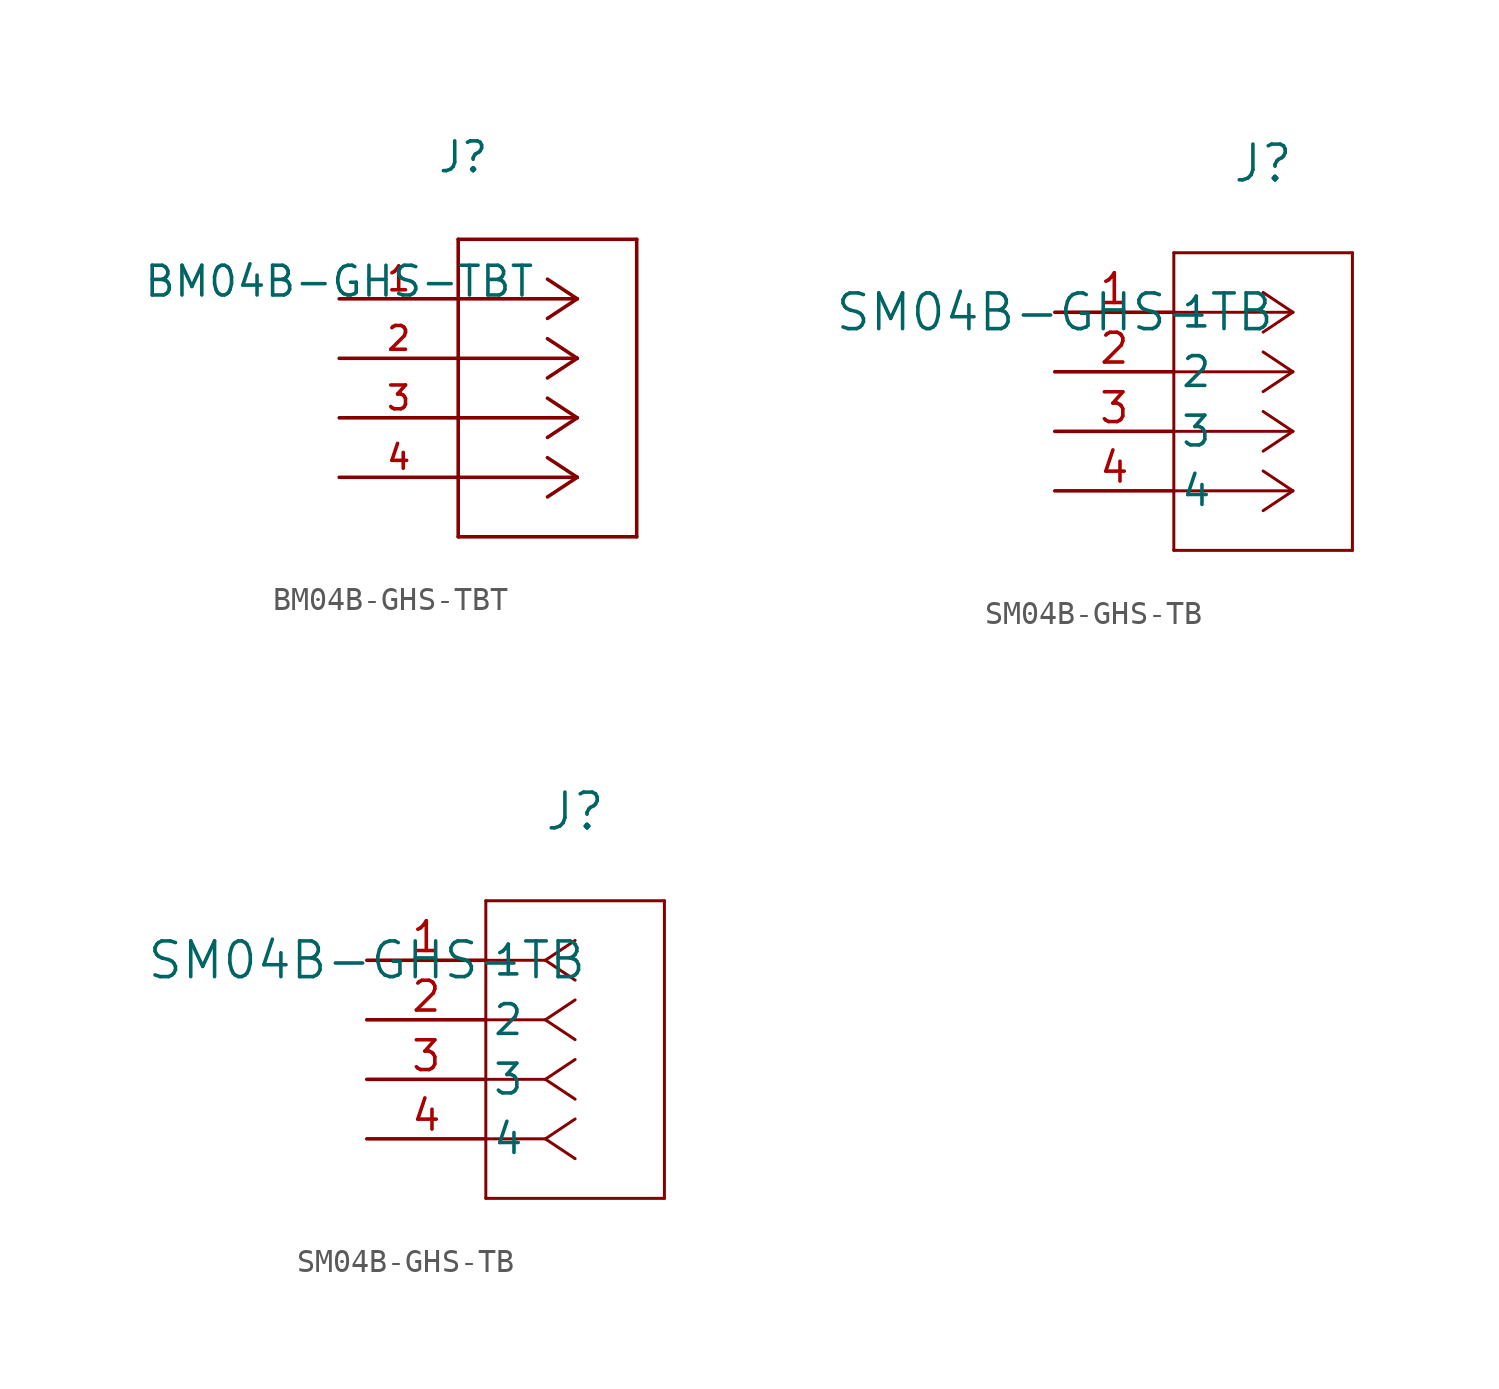
<source format=kicad_sym>
(kicad_symbol_lib
  (version 20241209)
  (generator "kicad_symbol_editor")
  (generator_version "9.0")
  (symbol "BM04B-GHS-TBT"
    (pin_names
      (offset 1.016))
    (property "Reference" "J"
      (at 4.166 5.309 0)
      (effects (font (size 1.27 1.27)) (justify left bottom)))
    (property "Value" "BM04B-GHS-TBT"
      (at 0 0 0)
      (effects (font (size 1.27 1.27)) (justify bottom)))
    (symbol "BM04B-GHS-TBT_0_0"
      (polyline (pts (xy 5.08 2.54) (xy 5.08 -10.16)) (stroke (width 0.152) (type default)) (fill (type none)))
      (polyline (pts (xy 5.08 -10.16) (xy 12.7 -10.16)) (stroke (width 0.152) (type default)) (fill (type none)))
      (polyline (pts (xy 10.16 0) (xy 5.08 0)) (stroke (width 0.152) (type default)) (fill (type none)))
      (polyline (pts (xy 10.16 0) (xy 8.89 0.838)) (stroke (width 0.152) (type default)) (fill (type none)))
      (polyline (pts (xy 10.16 0) (xy 8.89 -0.838)) (stroke (width 0.152) (type default)) (fill (type none)))
      (polyline (pts (xy 10.16 -2.54) (xy 5.08 -2.54)) (stroke (width 0.152) (type default)) (fill (type none)))
      (polyline (pts (xy 10.16 -2.54) (xy 8.89 -1.702)) (stroke (width 0.152) (type default)) (fill (type none)))
      (polyline (pts (xy 10.16 -2.54) (xy 8.89 -3.378)) (stroke (width 0.152) (type default)) (fill (type none)))
      (polyline (pts (xy 10.16 -5.08) (xy 5.08 -5.08)) (stroke (width 0.152) (type default)) (fill (type none)))
      (polyline (pts (xy 10.16 -5.08) (xy 8.89 -4.242)) (stroke (width 0.152) (type default)) (fill (type none)))
      (polyline (pts (xy 10.16 -5.08) (xy 8.89 -5.918)) (stroke (width 0.152) (type default)) (fill (type none)))
      (polyline (pts (xy 10.16 -7.62) (xy 5.08 -7.62)) (stroke (width 0.152) (type default)) (fill (type none)))
      (polyline (pts (xy 10.16 -7.62) (xy 8.89 -6.782)) (stroke (width 0.152) (type default)) (fill (type none)))
      (polyline (pts (xy 10.16 -7.62) (xy 8.89 -8.458)) (stroke (width 0.152) (type default)) (fill (type none)))
      (polyline (pts (xy 12.7 2.54) (xy 5.08 2.54)) (stroke (width 0.152) (type default)) (fill (type none)))
      (polyline (pts (xy 12.7 -10.16) (xy 12.7 2.54)) (stroke (width 0.152) (type default)) (fill (type none)))
      (pin passive line (at 0 0 0) (length 5.08) (name "~" (effects (font (size 1.016 1.016)))) (number "1" (effects (font (size 1.016 1.016)))))
      (pin passive line (at 0 -2.54 0) (length 5.08) (name "~" (effects (font (size 1.016 1.016)))) (number "2" (effects (font (size 1.016 1.016)))))
      (pin passive line (at 0 -5.08 0) (length 5.08) (name "~" (effects (font (size 1.016 1.016)))) (number "3" (effects (font (size 1.016 1.016)))))
      (pin passive line (at 0 -7.62 0) (length 5.08) (name "~" (effects (font (size 1.016 1.016)))) (number "4" (effects (font (size 1.016 1.016)))))))
  (symbol "SM04B-GHS-TB"
    (pin_names
      (offset 0.254))
    (property "Reference" "J"
      (at 8.89 6.35 0)
      (effects (font (size 1.524 1.524))))
    (property "Value" "SM04B-GHS-TB"
      (at 0 0 0)
      (effects (font (size 1.524 1.524))))
    (symbol "SM04B-GHS-TB_1_1"
      (polyline (pts (xy 5.08 2.54) (xy 5.08 -10.16)) (stroke (width 0.127) (type default)) (fill (type none)))
      (polyline (pts (xy 5.08 -10.16) (xy 12.7 -10.16)) (stroke (width 0.127) (type default)) (fill (type none)))
      (polyline (pts (xy 10.16 0) (xy 5.08 0)) (stroke (width 0.127) (type default)) (fill (type none)))
      (polyline (pts (xy 10.16 0) (xy 8.89 0.847)) (stroke (width 0.127) (type default)) (fill (type none)))
      (polyline (pts (xy 10.16 0) (xy 8.89 -0.847)) (stroke (width 0.127) (type default)) (fill (type none)))
      (polyline (pts (xy 10.16 -2.54) (xy 5.08 -2.54)) (stroke (width 0.127) (type default)) (fill (type none)))
      (polyline (pts (xy 10.16 -2.54) (xy 8.89 -1.693)) (stroke (width 0.127) (type default)) (fill (type none)))
      (polyline (pts (xy 10.16 -2.54) (xy 8.89 -3.387)) (stroke (width 0.127) (type default)) (fill (type none)))
      (polyline (pts (xy 10.16 -5.08) (xy 5.08 -5.08)) (stroke (width 0.127) (type default)) (fill (type none)))
      (polyline (pts (xy 10.16 -5.08) (xy 8.89 -4.233)) (stroke (width 0.127) (type default)) (fill (type none)))
      (polyline (pts (xy 10.16 -5.08) (xy 8.89 -5.927)) (stroke (width 0.127) (type default)) (fill (type none)))
      (polyline (pts (xy 10.16 -7.62) (xy 5.08 -7.62)) (stroke (width 0.127) (type default)) (fill (type none)))
      (polyline (pts (xy 10.16 -7.62) (xy 8.89 -6.773)) (stroke (width 0.127) (type default)) (fill (type none)))
      (polyline (pts (xy 10.16 -7.62) (xy 8.89 -8.467)) (stroke (width 0.127) (type default)) (fill (type none)))
      (polyline (pts (xy 12.7 2.54) (xy 5.08 2.54)) (stroke (width 0.127) (type default)) (fill (type none)))
      (polyline (pts (xy 12.7 -10.16) (xy 12.7 2.54)) (stroke (width 0.127) (type default)) (fill (type none)))
      (pin unspecified line (at 0 0 0) (length 5.08) (name "1" (effects (font (size 1.27 1.27)))) (number "1" (effects (font (size 1.27 1.27)))))
      (pin unspecified line (at 0 -2.54 0) (length 5.08) (name "2" (effects (font (size 1.27 1.27)))) (number "2" (effects (font (size 1.27 1.27)))))
      (pin unspecified line (at 0 -5.08 0) (length 5.08) (name "3" (effects (font (size 1.27 1.27)))) (number "3" (effects (font (size 1.27 1.27)))))
      (pin unspecified line (at 0 -7.62 0) (length 5.08) (name "4" (effects (font (size 1.27 1.27)))) (number "4" (effects (font (size 1.27 1.27))))))
    (symbol "SM04B-GHS-TB_1_2"
      (polyline (pts (xy 5.08 2.54) (xy 5.08 -10.16)) (stroke (width 0.127) (type default)) (fill (type none)))
      (polyline (pts (xy 5.08 -10.16) (xy 12.7 -10.16)) (stroke (width 0.127) (type default)) (fill (type none)))
      (polyline (pts (xy 7.62 0) (xy 5.08 0)) (stroke (width 0.127) (type default)) (fill (type none)))
      (polyline (pts (xy 7.62 0) (xy 8.89 0.847)) (stroke (width 0.127) (type default)) (fill (type none)))
      (polyline (pts (xy 7.62 0) (xy 8.89 -0.847)) (stroke (width 0.127) (type default)) (fill (type none)))
      (polyline (pts (xy 7.62 -2.54) (xy 5.08 -2.54)) (stroke (width 0.127) (type default)) (fill (type none)))
      (polyline (pts (xy 7.62 -2.54) (xy 8.89 -1.693)) (stroke (width 0.127) (type default)) (fill (type none)))
      (polyline (pts (xy 7.62 -2.54) (xy 8.89 -3.387)) (stroke (width 0.127) (type default)) (fill (type none)))
      (polyline (pts (xy 7.62 -5.08) (xy 5.08 -5.08)) (stroke (width 0.127) (type default)) (fill (type none)))
      (polyline (pts (xy 7.62 -5.08) (xy 8.89 -4.233)) (stroke (width 0.127) (type default)) (fill (type none)))
      (polyline (pts (xy 7.62 -5.08) (xy 8.89 -5.927)) (stroke (width 0.127) (type default)) (fill (type none)))
      (polyline (pts (xy 7.62 -7.62) (xy 5.08 -7.62)) (stroke (width 0.127) (type default)) (fill (type none)))
      (polyline (pts (xy 7.62 -7.62) (xy 8.89 -6.773)) (stroke (width 0.127) (type default)) (fill (type none)))
      (polyline (pts (xy 7.62 -7.62) (xy 8.89 -8.467)) (stroke (width 0.127) (type default)) (fill (type none)))
      (polyline (pts (xy 12.7 2.54) (xy 5.08 2.54)) (stroke (width 0.127) (type default)) (fill (type none)))
      (polyline (pts (xy 12.7 -10.16) (xy 12.7 2.54)) (stroke (width 0.127) (type default)) (fill (type none)))
      (pin unspecified line (at 0 0 0) (length 5.08) (name "1" (effects (font (size 1.27 1.27)))) (number "1" (effects (font (size 1.27 1.27)))))
      (pin unspecified line (at 0 -2.54 0) (length 5.08) (name "2" (effects (font (size 1.27 1.27)))) (number "2" (effects (font (size 1.27 1.27)))))
      (pin unspecified line (at 0 -5.08 0) (length 5.08) (name "3" (effects (font (size 1.27 1.27)))) (number "3" (effects (font (size 1.27 1.27)))))
      (pin unspecified line (at 0 -7.62 0) (length 5.08) (name "4" (effects (font (size 1.27 1.27)))) (number "4" (effects (font (size 1.27 1.27))))))))
</source>
